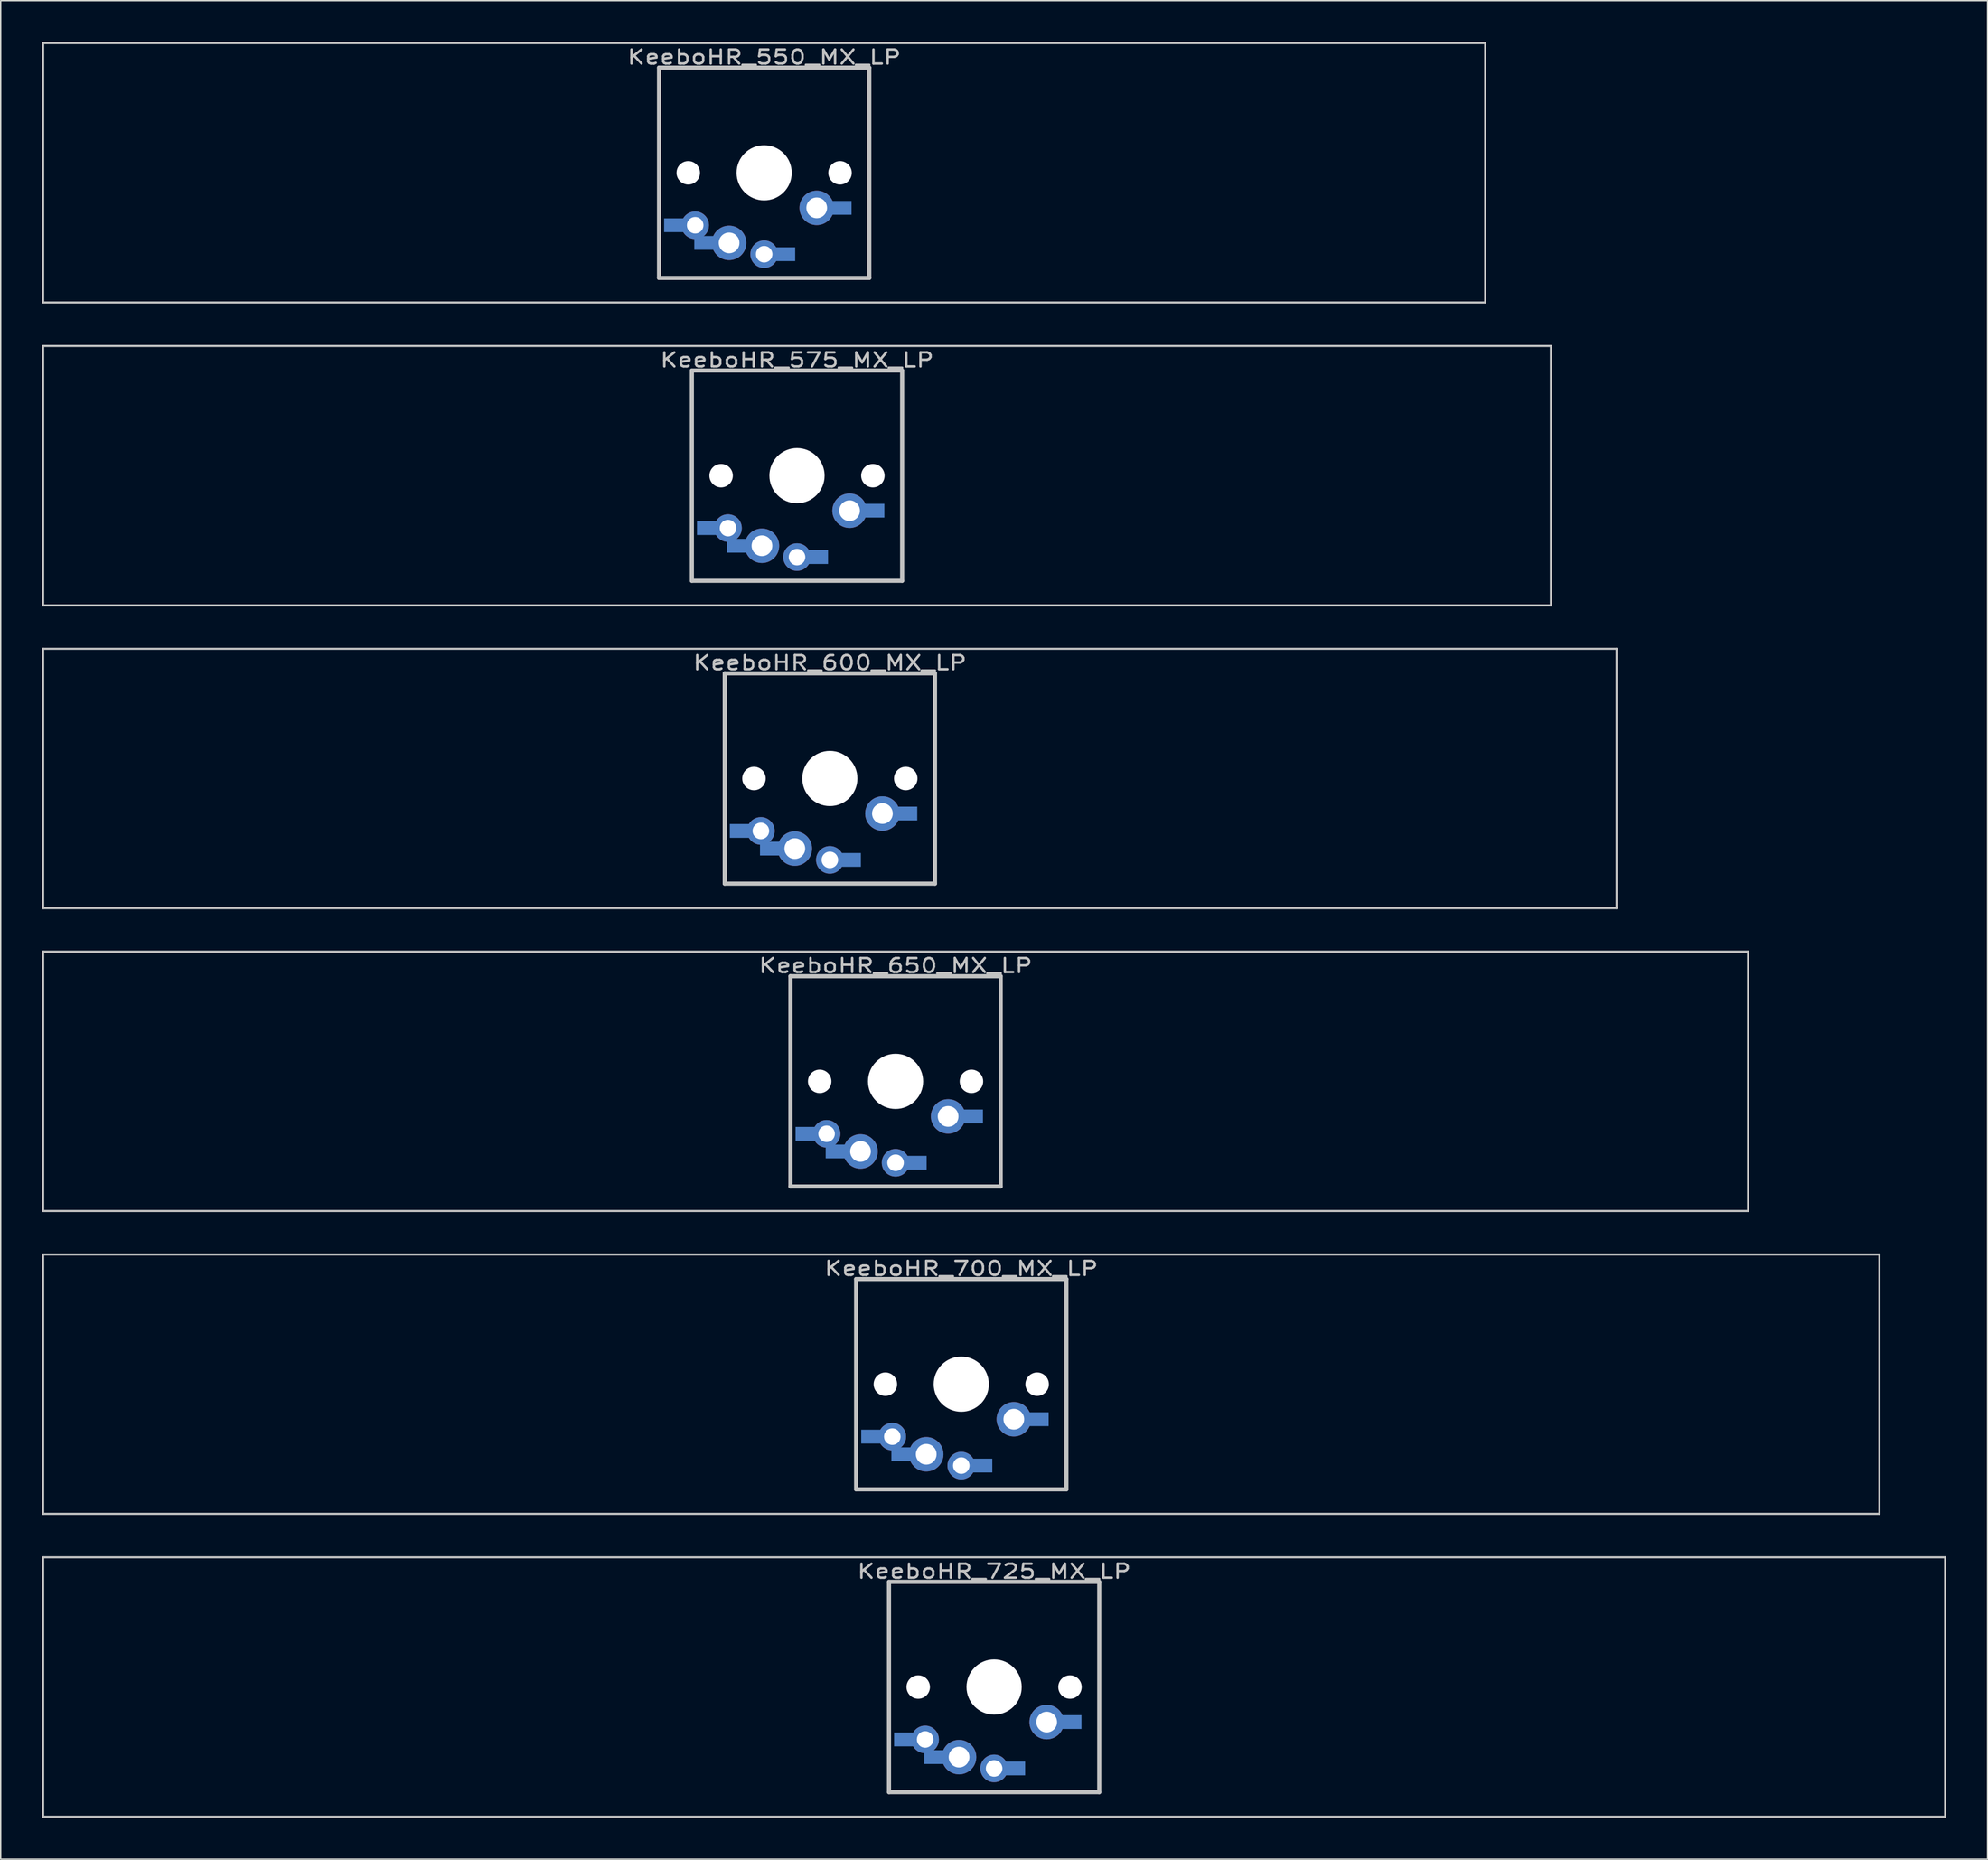
<source format=kicad_pcb>
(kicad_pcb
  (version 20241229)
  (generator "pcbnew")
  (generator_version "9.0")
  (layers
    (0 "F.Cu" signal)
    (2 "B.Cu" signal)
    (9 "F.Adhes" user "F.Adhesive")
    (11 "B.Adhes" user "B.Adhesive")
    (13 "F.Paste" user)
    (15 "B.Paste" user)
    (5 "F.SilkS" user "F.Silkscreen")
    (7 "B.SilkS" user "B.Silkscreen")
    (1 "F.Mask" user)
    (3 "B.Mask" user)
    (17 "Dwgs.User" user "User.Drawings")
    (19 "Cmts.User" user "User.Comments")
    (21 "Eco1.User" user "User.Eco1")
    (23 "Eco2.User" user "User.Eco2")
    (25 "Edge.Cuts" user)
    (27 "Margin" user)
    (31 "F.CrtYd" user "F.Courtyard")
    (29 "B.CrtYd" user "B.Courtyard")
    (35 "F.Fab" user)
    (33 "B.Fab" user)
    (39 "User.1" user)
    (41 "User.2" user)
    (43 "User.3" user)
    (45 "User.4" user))
  (footprint "KeeboHR_550_MX_LP"
    (layer "B.Cu")
    (at 52.337 9.474)
    (property "Reference" "KeeboHR_550_MX_LP" (at 0 -8.382 0) (layer "Dwgs.User") (effects (font (size 1.016 1.27) (thickness 0.178))))
    (attr through_hole)
    (fp_line (start -52.261 -9.398) (end 52.261 -9.398) (stroke (width 0.152) (type solid)) (layer "Dwgs.User"))
    (fp_line (start -52.261 9.398) (end -52.261 -9.398) (stroke (width 0.152) (type solid)) (layer "Dwgs.User"))
    (fp_line (start -7.62 -7.62) (end 7.62 -7.62) (stroke (width 0.3) (type solid)) (layer "Dwgs.User"))
    (fp_line (start -7.62 7.62) (end -7.62 -7.62) (stroke (width 0.3) (type solid)) (layer "Dwgs.User"))
    (fp_line (start 7.62 -7.62) (end 7.62 7.62) (stroke (width 0.3) (type solid)) (layer "Dwgs.User"))
    (fp_line (start 7.62 7.62) (end -7.62 7.62) (stroke (width 0.3) (type solid)) (layer "Dwgs.User"))
    (fp_line (start 52.261 -9.398) (end 52.261 9.398) (stroke (width 0.152) (type solid)) (layer "Dwgs.User"))
    (fp_line (start 52.261 9.398) (end -52.261 9.398) (stroke (width 0.152) (type solid)) (layer "Dwgs.User"))
    (pad "" np_thru_hole circle (at -5.5 0) (size 1.7 1.7) (drill 1.7) (layers "*.Cu" "*.Mask"))
    (pad "" np_thru_hole circle (at 0 0) (size 4 4) (drill 4) (layers "*.Cu" "*.Mask"))
    (pad "" np_thru_hole circle (at 5.5 0) (size 1.7 1.7) (drill 1.7) (layers "*.Cu" "*.Mask"))
    (pad "1" thru_hole circle (at 0 5.9) (size 2 2) (drill 1.2) (layers "*.Cu" "*.Mask"))
    (pad "1" smd rect (at 1.25 5.9) (size 2 1) (layers "B.Cu" "B.Mask"))
    (pad "1" thru_hole circle (at 3.81 2.54) (size 2.5 2.5) (drill 1.5) (layers "*.Cu" "*.Mask"))
    (pad "1" smd rect (at 5.334 2.54) (size 2 1) (layers "B.Cu" "B.Mask"))
    (pad "2" smd rect (at -6.25 3.8) (size 2 1) (layers "B.Cu" "B.Mask"))
    (pad "2" thru_hole circle (at -5 3.8) (size 2 2) (drill 1.2) (layers "*.Cu" "*.Mask"))
    (pad "2" smd rect (at -4.064 5.08) (size 2 1) (layers "B.Cu" "B.Mask"))
    (pad "2" thru_hole circle (at -2.54 5.08) (size 2.5 2.5) (drill 1.5) (layers "*.Cu" "*.Mask")))
  (footprint "KeeboHR_650_MX_LP"
    (layer "B.Cu")
    (at 61.862 75.319)
    (property "Reference" "KeeboHR_650_MX_LP" (at 0 -8.382 0) (layer "Dwgs.User") (effects (font (size 1.016 1.27) (thickness 0.178))))
    (attr through_hole)
    (fp_line (start -61.785 -9.398) (end 61.785 -9.398) (stroke (width 0.152) (type solid)) (layer "Dwgs.User"))
    (fp_line (start -61.785 9.398) (end -61.785 -9.398) (stroke (width 0.152) (type solid)) (layer "Dwgs.User"))
    (fp_line (start -7.62 -7.62) (end 7.62 -7.62) (stroke (width 0.3) (type solid)) (layer "Dwgs.User"))
    (fp_line (start -7.62 7.62) (end -7.62 -7.62) (stroke (width 0.3) (type solid)) (layer "Dwgs.User"))
    (fp_line (start 7.62 -7.62) (end 7.62 7.62) (stroke (width 0.3) (type solid)) (layer "Dwgs.User"))
    (fp_line (start 7.62 7.62) (end -7.62 7.62) (stroke (width 0.3) (type solid)) (layer "Dwgs.User"))
    (fp_line (start 61.785 -9.398) (end 61.785 9.398) (stroke (width 0.152) (type solid)) (layer "Dwgs.User"))
    (fp_line (start 61.785 9.398) (end -61.785 9.398) (stroke (width 0.152) (type solid)) (layer "Dwgs.User"))
    (pad "" np_thru_hole circle (at -5.5 0) (size 1.7 1.7) (drill 1.7) (layers "*.Cu" "*.Mask"))
    (pad "" np_thru_hole circle (at 0 0) (size 4 4) (drill 4) (layers "*.Cu" "*.Mask"))
    (pad "" np_thru_hole circle (at 5.5 0) (size 1.7 1.7) (drill 1.7) (layers "*.Cu" "*.Mask"))
    (pad "1" thru_hole circle (at 0 5.9) (size 2 2) (drill 1.2) (layers "*.Cu" "*.Mask"))
    (pad "1" smd rect (at 1.25 5.9) (size 2 1) (layers "B.Cu" "B.Mask"))
    (pad "1" thru_hole circle (at 3.81 2.54) (size 2.5 2.5) (drill 1.5) (layers "*.Cu" "*.Mask"))
    (pad "1" smd rect (at 5.334 2.54) (size 2 1) (layers "B.Cu" "B.Mask"))
    (pad "2" smd rect (at -6.25 3.8) (size 2 1) (layers "B.Cu" "B.Mask"))
    (pad "2" thru_hole circle (at -5 3.8) (size 2 2) (drill 1.2) (layers "*.Cu" "*.Mask"))
    (pad "2" smd rect (at -4.064 5.08) (size 2 1) (layers "B.Cu" "B.Mask"))
    (pad "2" thru_hole circle (at -2.54 5.08) (size 2.5 2.5) (drill 1.5) (layers "*.Cu" "*.Mask")))
  (footprint "KeeboHR_600_MX_LP"
    (layer "B.Cu")
    (at 57.099 53.371)
    (property "Reference" "KeeboHR_600_MX_LP" (at 0 -8.382 0) (layer "Dwgs.User") (effects (font (size 1.016 1.27) (thickness 0.178))))
    (attr through_hole)
    (fp_line (start -57.023 -9.398) (end 57.023 -9.398) (stroke (width 0.152) (type solid)) (layer "Dwgs.User"))
    (fp_line (start -57.023 9.398) (end -57.023 -9.398) (stroke (width 0.152) (type solid)) (layer "Dwgs.User"))
    (fp_line (start -7.62 -7.62) (end 7.62 -7.62) (stroke (width 0.3) (type solid)) (layer "Dwgs.User"))
    (fp_line (start -7.62 7.62) (end -7.62 -7.62) (stroke (width 0.3) (type solid)) (layer "Dwgs.User"))
    (fp_line (start 7.62 -7.62) (end 7.62 7.62) (stroke (width 0.3) (type solid)) (layer "Dwgs.User"))
    (fp_line (start 7.62 7.62) (end -7.62 7.62) (stroke (width 0.3) (type solid)) (layer "Dwgs.User"))
    (fp_line (start 57.023 -9.398) (end 57.023 9.398) (stroke (width 0.152) (type solid)) (layer "Dwgs.User"))
    (fp_line (start 57.023 9.398) (end -57.023 9.398) (stroke (width 0.152) (type solid)) (layer "Dwgs.User"))
    (pad "" np_thru_hole circle (at -5.5 0) (size 1.7 1.7) (drill 1.7) (layers "*.Cu" "*.Mask"))
    (pad "" np_thru_hole circle (at 0 0) (size 4 4) (drill 4) (layers "*.Cu" "*.Mask"))
    (pad "" np_thru_hole circle (at 5.5 0) (size 1.7 1.7) (drill 1.7) (layers "*.Cu" "*.Mask"))
    (pad "1" thru_hole circle (at 0 5.9) (size 2 2) (drill 1.2) (layers "*.Cu" "*.Mask"))
    (pad "1" smd rect (at 1.25 5.9) (size 2 1) (layers "B.Cu" "B.Mask"))
    (pad "1" thru_hole circle (at 3.81 2.54) (size 2.5 2.5) (drill 1.5) (layers "*.Cu" "*.Mask"))
    (pad "1" smd rect (at 5.334 2.54) (size 2 1) (layers "B.Cu" "B.Mask"))
    (pad "2" smd rect (at -6.25 3.8) (size 2 1) (layers "B.Cu" "B.Mask"))
    (pad "2" thru_hole circle (at -5 3.8) (size 2 2) (drill 1.2) (layers "*.Cu" "*.Mask"))
    (pad "2" smd rect (at -4.064 5.08) (size 2 1) (layers "B.Cu" "B.Mask"))
    (pad "2" thru_hole circle (at -2.54 5.08) (size 2.5 2.5) (drill 1.5) (layers "*.Cu" "*.Mask")))
  (footprint "KeeboHR_575_MX_LP"
    (layer "B.Cu")
    (at 54.718 31.423)
    (property "Reference" "KeeboHR_575_MX_LP" (at 0 -8.382 0) (layer "Dwgs.User") (effects (font (size 1.016 1.27) (thickness 0.178))))
    (attr through_hole)
    (fp_line (start -54.642 -9.398) (end 54.642 -9.398) (stroke (width 0.152) (type solid)) (layer "Dwgs.User"))
    (fp_line (start -54.642 9.398) (end -54.642 -9.398) (stroke (width 0.152) (type solid)) (layer "Dwgs.User"))
    (fp_line (start -7.62 -7.62) (end 7.62 -7.62) (stroke (width 0.3) (type solid)) (layer "Dwgs.User"))
    (fp_line (start -7.62 7.62) (end -7.62 -7.62) (stroke (width 0.3) (type solid)) (layer "Dwgs.User"))
    (fp_line (start 7.62 -7.62) (end 7.62 7.62) (stroke (width 0.3) (type solid)) (layer "Dwgs.User"))
    (fp_line (start 7.62 7.62) (end -7.62 7.62) (stroke (width 0.3) (type solid)) (layer "Dwgs.User"))
    (fp_line (start 54.642 -9.398) (end 54.642 9.398) (stroke (width 0.152) (type solid)) (layer "Dwgs.User"))
    (fp_line (start 54.642 9.398) (end -54.642 9.398) (stroke (width 0.152) (type solid)) (layer "Dwgs.User"))
    (pad "" np_thru_hole circle (at -5.5 0) (size 1.7 1.7) (drill 1.7) (layers "*.Cu" "*.Mask"))
    (pad "" np_thru_hole circle (at 0 0) (size 4 4) (drill 4) (layers "*.Cu" "*.Mask"))
    (pad "" np_thru_hole circle (at 5.5 0) (size 1.7 1.7) (drill 1.7) (layers "*.Cu" "*.Mask"))
    (pad "1" thru_hole circle (at 0 5.9) (size 2 2) (drill 1.2) (layers "*.Cu" "*.Mask"))
    (pad "1" smd rect (at 1.25 5.9) (size 2 1) (layers "B.Cu" "B.Mask"))
    (pad "1" thru_hole circle (at 3.81 2.54) (size 2.5 2.5) (drill 1.5) (layers "*.Cu" "*.Mask"))
    (pad "1" smd rect (at 5.334 2.54) (size 2 1) (layers "B.Cu" "B.Mask"))
    (pad "2" smd rect (at -6.25 3.8) (size 2 1) (layers "B.Cu" "B.Mask"))
    (pad "2" thru_hole circle (at -5 3.8) (size 2 2) (drill 1.2) (layers "*.Cu" "*.Mask"))
    (pad "2" smd rect (at -4.064 5.08) (size 2 1) (layers "B.Cu" "B.Mask"))
    (pad "2" thru_hole circle (at -2.54 5.08) (size 2.5 2.5) (drill 1.5) (layers "*.Cu" "*.Mask")))
  (footprint "KeeboHR_725_MX_LP"
    (layer "B.Cu")
    (at 69.005 119.216)
    (property "Reference" "KeeboHR_725_MX_LP" (at 0 -8.382 0) (layer "Dwgs.User") (effects (font (size 1.016 1.27) (thickness 0.178))))
    (attr through_hole)
    (fp_line (start -68.929 -9.398) (end 68.929 -9.398) (stroke (width 0.152) (type solid)) (layer "Dwgs.User"))
    (fp_line (start -68.929 9.398) (end -68.929 -9.398) (stroke (width 0.152) (type solid)) (layer "Dwgs.User"))
    (fp_line (start -7.62 -7.62) (end 7.62 -7.62) (stroke (width 0.3) (type solid)) (layer "Dwgs.User"))
    (fp_line (start -7.62 7.62) (end -7.62 -7.62) (stroke (width 0.3) (type solid)) (layer "Dwgs.User"))
    (fp_line (start 7.62 -7.62) (end 7.62 7.62) (stroke (width 0.3) (type solid)) (layer "Dwgs.User"))
    (fp_line (start 7.62 7.62) (end -7.62 7.62) (stroke (width 0.3) (type solid)) (layer "Dwgs.User"))
    (fp_line (start 68.929 -9.398) (end 68.929 9.398) (stroke (width 0.152) (type solid)) (layer "Dwgs.User"))
    (fp_line (start 68.929 9.398) (end -68.929 9.398) (stroke (width 0.152) (type solid)) (layer "Dwgs.User"))
    (pad "" np_thru_hole circle (at -5.5 0) (size 1.7 1.7) (drill 1.7) (layers "*.Cu" "*.Mask"))
    (pad "" np_thru_hole circle (at 0 0) (size 4 4) (drill 4) (layers "*.Cu" "*.Mask"))
    (pad "" np_thru_hole circle (at 5.5 0) (size 1.7 1.7) (drill 1.7) (layers "*.Cu" "*.Mask"))
    (pad "1" thru_hole circle (at 0 5.9) (size 2 2) (drill 1.2) (layers "*.Cu" "*.Mask"))
    (pad "1" smd rect (at 1.25 5.9) (size 2 1) (layers "B.Cu" "B.Mask"))
    (pad "1" thru_hole circle (at 3.81 2.54) (size 2.5 2.5) (drill 1.5) (layers "*.Cu" "*.Mask"))
    (pad "1" smd rect (at 5.334 2.54) (size 2 1) (layers "B.Cu" "B.Mask"))
    (pad "2" smd rect (at -6.25 3.8) (size 2 1) (layers "B.Cu" "B.Mask"))
    (pad "2" thru_hole circle (at -5 3.8) (size 2 2) (drill 1.2) (layers "*.Cu" "*.Mask"))
    (pad "2" smd rect (at -4.064 5.08) (size 2 1) (layers "B.Cu" "B.Mask"))
    (pad "2" thru_hole circle (at -2.54 5.08) (size 2.5 2.5) (drill 1.5) (layers "*.Cu" "*.Mask")))
  (footprint "KeeboHR_700_MX_LP"
    (layer "B.Cu")
    (at 66.624 97.268)
    (property "Reference" "KeeboHR_700_MX_LP" (at 0 -8.382 0) (layer "Dwgs.User") (effects (font (size 1.016 1.27) (thickness 0.178))))
    (attr through_hole)
    (fp_line (start -66.548 -9.398) (end 66.548 -9.398) (stroke (width 0.152) (type solid)) (layer "Dwgs.User"))
    (fp_line (start -66.548 9.398) (end -66.548 -9.398) (stroke (width 0.152) (type solid)) (layer "Dwgs.User"))
    (fp_line (start -7.62 -7.62) (end 7.62 -7.62) (stroke (width 0.3) (type solid)) (layer "Dwgs.User"))
    (fp_line (start -7.62 7.62) (end -7.62 -7.62) (stroke (width 0.3) (type solid)) (layer "Dwgs.User"))
    (fp_line (start 7.62 -7.62) (end 7.62 7.62) (stroke (width 0.3) (type solid)) (layer "Dwgs.User"))
    (fp_line (start 7.62 7.62) (end -7.62 7.62) (stroke (width 0.3) (type solid)) (layer "Dwgs.User"))
    (fp_line (start 66.548 -9.398) (end 66.548 9.398) (stroke (width 0.152) (type solid)) (layer "Dwgs.User"))
    (fp_line (start 66.548 9.398) (end -66.548 9.398) (stroke (width 0.152) (type solid)) (layer "Dwgs.User"))
    (pad "" np_thru_hole circle (at -5.5 0) (size 1.7 1.7) (drill 1.7) (layers "*.Cu" "*.Mask"))
    (pad "" np_thru_hole circle (at 0 0) (size 4 4) (drill 4) (layers "*.Cu" "*.Mask"))
    (pad "" np_thru_hole circle (at 5.5 0) (size 1.7 1.7) (drill 1.7) (layers "*.Cu" "*.Mask"))
    (pad "1" thru_hole circle (at 0 5.9) (size 2 2) (drill 1.2) (layers "*.Cu" "*.Mask"))
    (pad "1" smd rect (at 1.25 5.9) (size 2 1) (layers "B.Cu" "B.Mask"))
    (pad "1" thru_hole circle (at 3.81 2.54) (size 2.5 2.5) (drill 1.5) (layers "*.Cu" "*.Mask"))
    (pad "1" smd rect (at 5.334 2.54) (size 2 1) (layers "B.Cu" "B.Mask"))
    (pad "2" smd rect (at -6.25 3.8) (size 2 1) (layers "B.Cu" "B.Mask"))
    (pad "2" thru_hole circle (at -5 3.8) (size 2 2) (drill 1.2) (layers "*.Cu" "*.Mask"))
    (pad "2" smd rect (at -4.064 5.08) (size 2 1) (layers "B.Cu" "B.Mask"))
    (pad "2" thru_hole circle (at -2.54 5.08) (size 2.5 2.5) (drill 1.5) (layers "*.Cu" "*.Mask")))
  (gr_rect
    (start -3 -3)
    (end 141.011 131.69)
    (stroke (width 0.1) (type default))
    (fill no)
    (layer "Edge.Cuts")))
</source>
